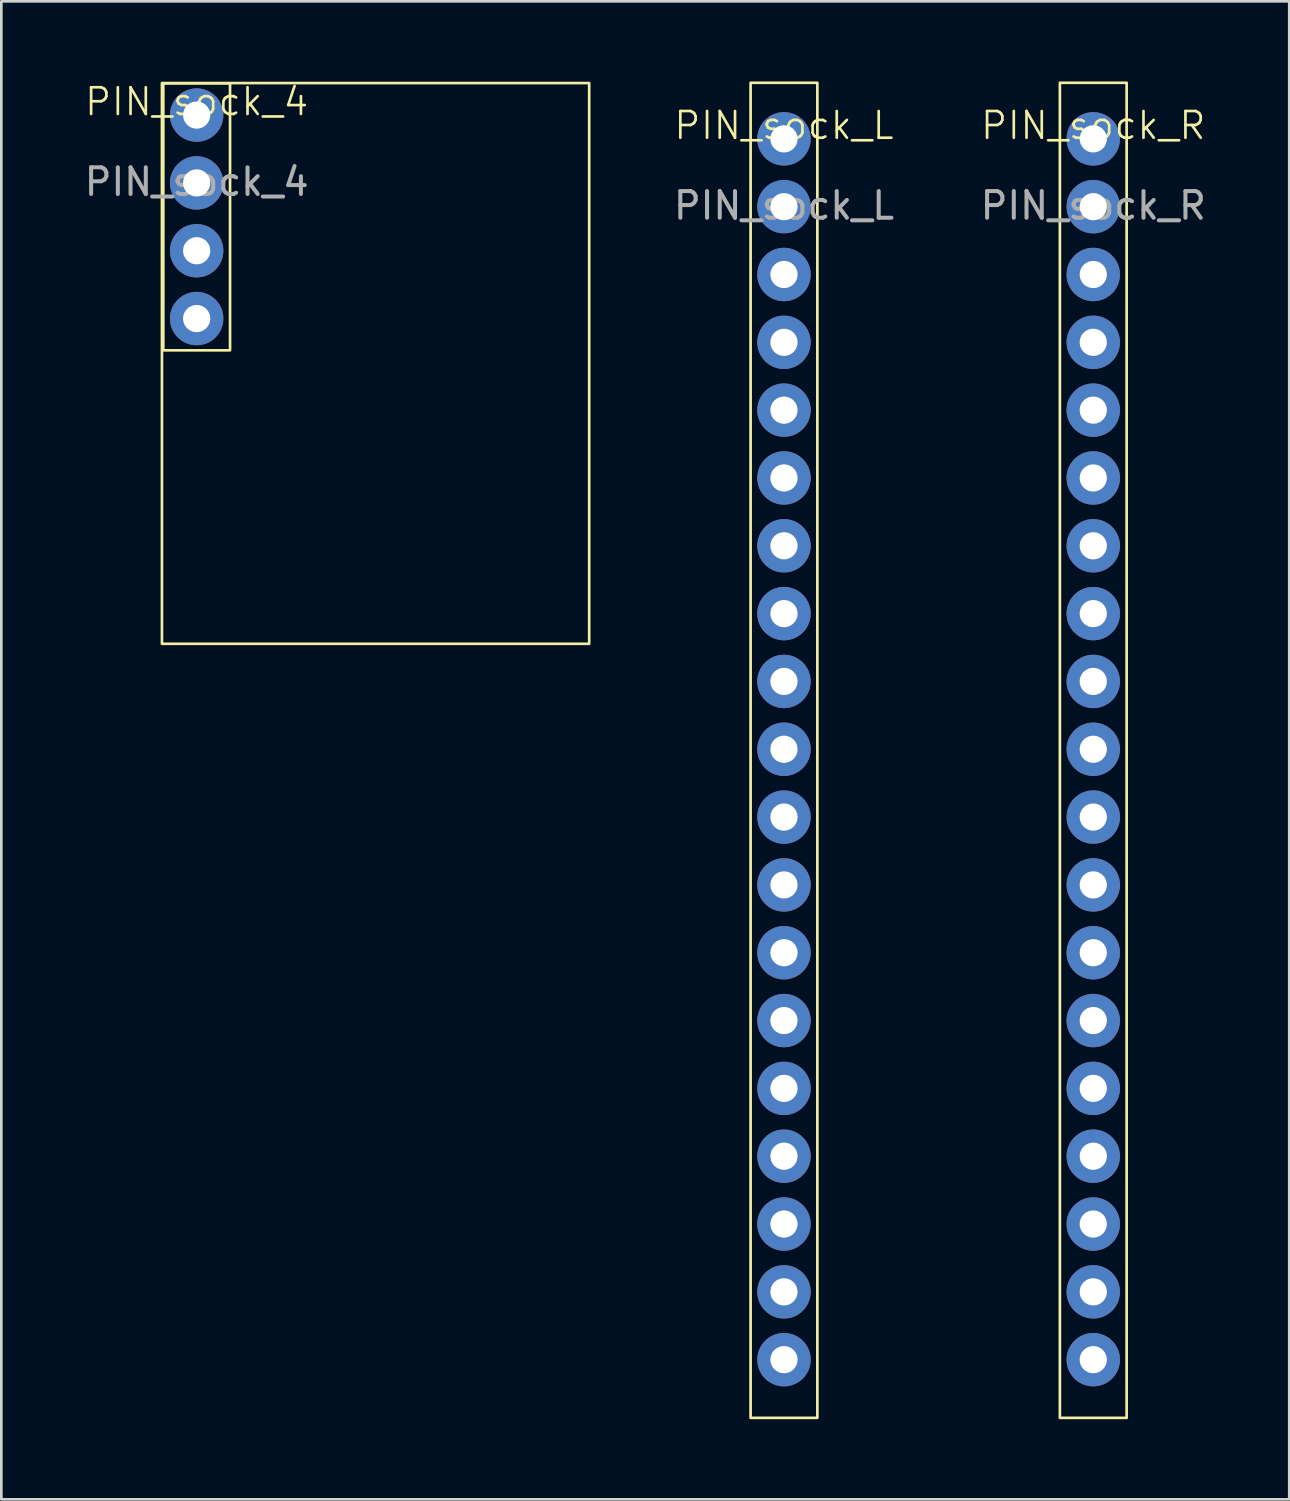
<source format=kicad_pcb>
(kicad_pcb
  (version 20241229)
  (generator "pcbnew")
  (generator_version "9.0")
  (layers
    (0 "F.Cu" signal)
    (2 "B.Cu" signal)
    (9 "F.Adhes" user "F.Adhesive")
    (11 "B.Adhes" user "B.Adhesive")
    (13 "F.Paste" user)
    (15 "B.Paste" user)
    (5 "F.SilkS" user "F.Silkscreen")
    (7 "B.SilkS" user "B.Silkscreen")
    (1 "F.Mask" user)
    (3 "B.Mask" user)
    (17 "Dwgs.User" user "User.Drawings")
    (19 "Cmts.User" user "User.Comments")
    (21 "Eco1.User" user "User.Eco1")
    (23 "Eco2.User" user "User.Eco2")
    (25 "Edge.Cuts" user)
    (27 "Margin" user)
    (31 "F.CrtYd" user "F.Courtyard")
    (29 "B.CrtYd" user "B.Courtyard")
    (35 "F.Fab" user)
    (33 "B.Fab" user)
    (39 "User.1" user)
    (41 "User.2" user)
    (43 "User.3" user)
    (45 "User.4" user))
  (footprint "PIN_sock_R"
    (layer "F.Cu")
    (at 37.893 2.15)
    (property "Reference" "PIN_sock_R" (at 0 -0.5 0) (unlocked yes) (layer "F.SilkS") (effects (font (size 1 1) (thickness 0.1))))
    (attr smd)
    (fp_rect (start -1.25 -2.1) (end 1.25 47.9) (stroke (width 0.1) (type solid)) (fill no) (layer "F.SilkS"))
    (fp_text user "${REFERENCE}" (at 0 2.5 0) (unlocked yes) (layer "F.Fab") (effects (font (size 1 1) (thickness 0.15))))
    (pad "0" thru_hole circle (at 0 33.02) (size 2 2) (drill 1.02) (layers "*.Cu" "*.Mask"))
    (pad "2" thru_hole circle (at 0 35.56) (size 2 2) (drill 1.02) (layers "*.Cu" "*.Mask"))
    (pad "4" thru_hole circle (at 0 30.48) (size 2 2) (drill 1.02) (layers "*.Cu" "*.Mask"))
    (pad "5" thru_hole circle (at 0 22.86) (size 2 2) (drill 1.02) (layers "*.Cu" "*.Mask"))
    (pad "15" thru_hole circle (at 0 38.1) (size 2 2) (drill 1.02) (layers "*.Cu" "*.Mask"))
    (pad "16" thru_hole circle (at 0 27.94) (size 2 2) (drill 1.02) (layers "*.Cu" "*.Mask"))
    (pad "17" thru_hole circle (at 0 25.4) (size 2 2) (drill 1.02) (layers "*.Cu" "*.Mask"))
    (pad "18" thru_hole circle (at 0 20.32) (size 2 2) (drill 1.02) (layers "*.Cu" "*.Mask"))
    (pad "19" thru_hole circle (at 0 17.78) (size 2 2) (drill 1.02) (layers "*.Cu" "*.Mask"))
    (pad "21" thru_hole circle (at 0 12.7) (size 2 2) (drill 1.02) (layers "*.Cu" "*.Mask"))
    (pad "22" thru_hole circle (at 0 5.08) (size 2 2) (drill 1.02) (layers "*.Cu" "*.Mask"))
    (pad "23" thru_hole circle (at 0 2.54) (size 2 2) (drill 1.02) (layers "*.Cu" "*.Mask"))
    (pad "CLK" thru_hole circle (at 0 45.72) (size 2 2) (drill 1.02) (layers "*.Cu" "*.Mask"))
    (pad "D0" thru_hole circle (at 0 43.18) (size 2 2) (drill 1.02) (layers "*.Cu" "*.Mask"))
    (pad "D1" thru_hole circle (at 0 40.64) (size 2 2) (drill 1.02) (layers "*.Cu" "*.Mask"))
    (pad "GND" thru_hole circle (at 0 0) (size 2 2) (drill 1.02) (layers "*.Cu" "*.Mask"))
    (pad "GND2" thru_hole circle (at 0 15.24) (size 2 2) (drill 1.02) (layers "*.Cu" "*.Mask"))
    (pad "RX" thru_hole circle (at 0 10.16) (size 2 2) (drill 1.02) (layers "*.Cu" "*.Mask"))
    (pad "TX" thru_hole circle (at 0 7.62) (size 2 2) (drill 1.02) (layers "*.Cu" "*.Mask")))
  (footprint "PIN_sock_4"
    (layer "F.Cu")
    (at 4.315 1.26)
    (property "Reference" "PIN_sock_4" (at 0 -0.5 0) (unlocked yes) (layer "F.SilkS") (effects (font (size 1 1) (thickness 0.1))))
    (attr smd)
    (fp_rect (start -1.3 -1.2) (end 14.7 19.8) (stroke (width 0.1) (type solid)) (fill no) (layer "F.SilkS"))
    (fp_rect (start -1.25 -1.19) (end 1.25 8.81) (stroke (width 0.1) (type solid)) (fill no) (layer "F.SilkS"))
    (fp_text user "${REFERENCE}" (at 0 2.5 0) (unlocked yes) (layer "F.Fab") (effects (font (size 1 1) (thickness 0.15))))
    (pad "GND" thru_hole circle (at 0 2.54) (size 2 2) (drill 1.02) (layers "*.Cu" "*.Mask"))
    (pad "SCL" thru_hole circle (at 0 5.08) (size 2 2) (drill 1.02) (layers "*.Cu" "*.Mask"))
    (pad "SDA" thru_hole circle (at 0 7.62) (size 2 2) (drill 1.02) (layers "*.Cu" "*.Mask"))
    (pad "VCC" thru_hole circle (at 0 0) (size 2 2) (drill 1.02) (layers "*.Cu" "*.Mask")))
  (footprint "PIN_sock_L"
    (layer "F.Cu")
    (at 26.31 2.15)
    (property "Reference" "PIN_sock_L" (at 0 -0.5 0) (unlocked yes) (layer "F.SilkS") (effects (font (size 1 1) (thickness 0.1))))
    (attr smd)
    (fp_rect (start -1.25 -2.1) (end 1.25 47.9) (stroke (width 0.1) (type solid)) (fill no) (layer "F.SilkS"))
    (fp_text user "${REFERENCE}" (at 0 2.5 0) (unlocked yes) (layer "F.Fab") (effects (font (size 1 1) (thickness 0.15))))
    (pad "3V3" thru_hole circle (at 0 0) (size 2 2) (drill 1.02) (layers "*.Cu" "*.Mask"))
    (pad "5V" thru_hole circle (at 0 45.72) (size 2 2) (drill 1.02) (layers "*.Cu" "*.Mask"))
    (pad "12" thru_hole circle (at 0 30.48) (size 2 2) (drill 1.02) (layers "*.Cu" "*.Mask"))
    (pad "13" thru_hole circle (at 0 35.56) (size 2 2) (drill 1.02) (layers "*.Cu" "*.Mask"))
    (pad "14" thru_hole circle (at 0 27.94) (size 2 2) (drill 1.02) (layers "*.Cu" "*.Mask"))
    (pad "25" thru_hole circle (at 0 20.32) (size 2 2) (drill 1.02) (layers "*.Cu" "*.Mask"))
    (pad "26" thru_hole circle (at 0 22.86) (size 2 2) (drill 1.02) (layers "*.Cu" "*.Mask"))
    (pad "27" thru_hole circle (at 0 25.4) (size 2 2) (drill 1.02) (layers "*.Cu" "*.Mask"))
    (pad "32" thru_hole circle (at 0 15.24) (size 2 2) (drill 1.02) (layers "*.Cu" "*.Mask"))
    (pad "33" thru_hole circle (at 0 17.78) (size 2 2) (drill 1.02) (layers "*.Cu" "*.Mask"))
    (pad "34" thru_hole circle (at 0 10.16) (size 2 2) (drill 1.02) (layers "*.Cu" "*.Mask"))
    (pad "35" thru_hole circle (at 0 12.7) (size 2 2) (drill 1.02) (layers "*.Cu" "*.Mask"))
    (pad "D2" thru_hole circle (at 0 38.1) (size 2 2) (drill 1.02) (layers "*.Cu" "*.Mask"))
    (pad "D3" thru_hole circle (at 0 40.64) (size 2 2) (drill 1.02) (layers "*.Cu" "*.Mask"))
    (pad "EN" thru_hole circle (at 0 2.54) (size 2 2) (drill 1.02) (layers "*.Cu" "*.Mask"))
    (pad "GND" thru_hole circle (at 0 43.18) (size 2 2) (drill 1.02) (layers "*.Cu" "*.Mask"))
    (pad "GND_C" thru_hole circle (at 0 33.02) (size 2 2) (drill 1.02) (layers "*.Cu" "*.Mask"))
    (pad "VN" thru_hole circle (at 0 7.62) (size 2 2) (drill 1.02) (layers "*.Cu" "*.Mask"))
    (pad "VP" thru_hole circle (at 0 5.08) (size 2 2) (drill 1.02) (layers "*.Cu" "*.Mask")))
  (gr_rect
    (start -3 -3)
    (end 45.232 53.1)
    (stroke (width 0.1) (type default))
    (fill no)
    (layer "Edge.Cuts")))
</source>
